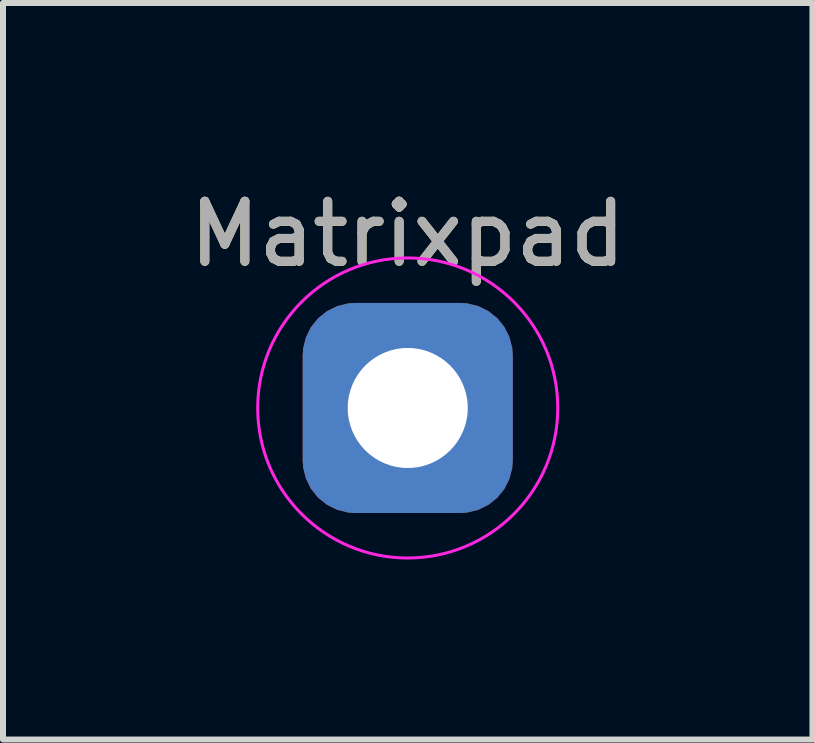
<source format=kicad_pcb>
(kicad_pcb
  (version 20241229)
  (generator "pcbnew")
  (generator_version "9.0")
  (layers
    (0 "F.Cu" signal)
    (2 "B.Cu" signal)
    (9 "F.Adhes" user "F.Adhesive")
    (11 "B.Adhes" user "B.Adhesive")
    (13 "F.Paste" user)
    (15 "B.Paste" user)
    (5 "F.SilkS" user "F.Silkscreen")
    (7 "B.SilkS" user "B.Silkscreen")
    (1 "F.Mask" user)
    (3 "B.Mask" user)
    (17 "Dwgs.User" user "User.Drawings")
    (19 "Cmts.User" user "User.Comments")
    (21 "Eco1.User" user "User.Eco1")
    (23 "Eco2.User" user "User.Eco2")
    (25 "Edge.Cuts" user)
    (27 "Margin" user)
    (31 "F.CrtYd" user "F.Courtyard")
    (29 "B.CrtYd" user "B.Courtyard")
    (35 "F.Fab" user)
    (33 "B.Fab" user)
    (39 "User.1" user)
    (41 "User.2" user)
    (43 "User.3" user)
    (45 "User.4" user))
  (footprint "Matrixpad"
    (layer "F.Cu")
    (at 3.744 3.748)
    (property "Reference" "Matrixpad" (at 0 -2.898 0) (layer "F.SilkS") (effects (font (size 1 1) (thickness 0.15))))
    (attr exclude_from_pos_files exclude_from_bom)
    (fp_circle (center 0 0) (end 2.5 0) (stroke (width 0.05) (type solid)) (fill no) (layer "F.CrtYd"))
    (fp_text user "${REFERENCE}" (at 0 -2.9 0) (layer "F.Fab") (effects (font (size 1 1) (thickness 0.15))))
    (pad "1" thru_hole roundrect (at 0 0) (size 3.5 3.5) (drill 2) (layers "*.Cu" "*.Mask") (roundrect_rratio 0.25)))
  (gr_rect
    (start -3 -3)
    (end 10.488 9.273)
    (stroke (width 0.1) (type default))
    (fill no)
    (layer "Edge.Cuts")))
</source>
